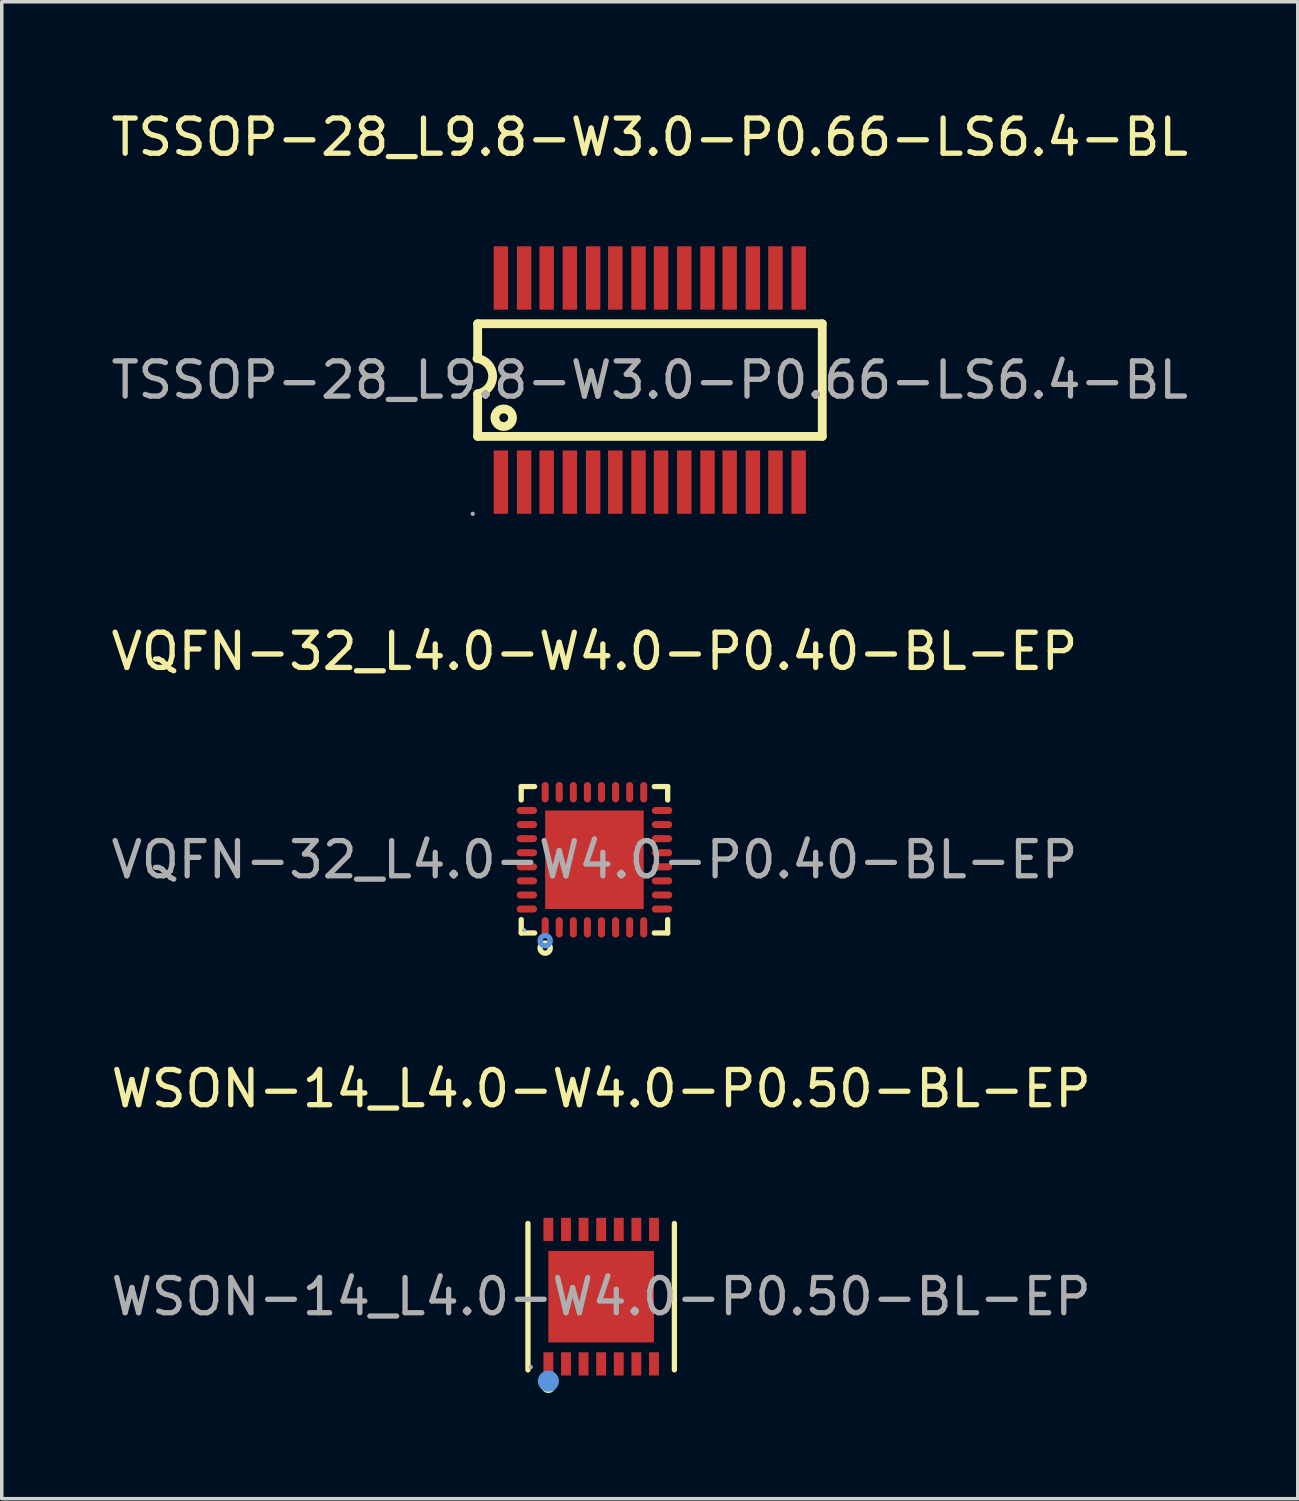
<source format=kicad_pcb>
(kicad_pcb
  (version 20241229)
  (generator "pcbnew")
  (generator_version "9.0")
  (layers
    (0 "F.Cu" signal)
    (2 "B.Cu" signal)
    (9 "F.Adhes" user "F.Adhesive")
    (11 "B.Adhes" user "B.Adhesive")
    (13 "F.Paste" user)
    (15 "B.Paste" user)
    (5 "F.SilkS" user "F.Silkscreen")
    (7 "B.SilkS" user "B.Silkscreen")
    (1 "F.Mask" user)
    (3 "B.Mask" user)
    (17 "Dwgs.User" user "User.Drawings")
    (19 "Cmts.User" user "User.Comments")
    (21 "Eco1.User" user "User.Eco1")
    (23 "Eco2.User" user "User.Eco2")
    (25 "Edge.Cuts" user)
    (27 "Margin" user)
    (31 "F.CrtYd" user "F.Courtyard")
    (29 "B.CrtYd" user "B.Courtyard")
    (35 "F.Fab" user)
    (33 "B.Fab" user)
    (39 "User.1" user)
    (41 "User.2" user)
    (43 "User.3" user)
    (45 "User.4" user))
  (footprint "WSON-14_L4.0-W4.0-P0.50-BL-EP"
    (layer "F.Cu")
    (at 14.03 33.79)
    (property "Reference" "WSON-14_L4.0-W4.0-P0.50-BL-EP" (at 0 -5.91 0) (layer "F.SilkS") (effects (font (size 1 1) (thickness 0.15))))
    (attr through_hole)
    (fp_line (start -2.08 2.08) (end -2.08 -2.08) (stroke (width 0.15) (type solid)) (layer "F.SilkS"))
    (fp_line (start 2.08 -2.08) (end 2.08 2.08) (stroke (width 0.15) (type solid)) (layer "F.SilkS"))
    (fp_circle (center -1.5 2.54) (end -1.4 2.54) (stroke (width 0.2) (type solid)) (fill no) (layer "F.SilkS"))
    (fp_circle (center -1.5 2.4) (end -1.35 2.4) (stroke (width 0.3) (type solid)) (fill no) (layer "Cmts.User"))
    (fp_circle (center -2 2) (end -1.97 2) (stroke (width 0.06) (type solid)) (fill no) (layer "F.Fab"))
    (fp_text user "${REFERENCE}" (at 0 0 0) (layer "F.Fab") (effects (font (size 1 1) (thickness 0.15))))
    (pad "1" smd rect (at -1.5 1.91) (size 0.28 0.66) (layers "F.Cu" "F.Mask" "F.Paste"))
    (pad "2" smd rect (at -1 1.91) (size 0.28 0.66) (layers "F.Cu" "F.Mask" "F.Paste"))
    (pad "3" smd rect (at -0.5 1.91) (size 0.28 0.66) (layers "F.Cu" "F.Mask" "F.Paste"))
    (pad "4" smd rect (at 0 1.91) (size 0.28 0.66) (layers "F.Cu" "F.Mask" "F.Paste"))
    (pad "5" smd rect (at 0.5 1.91) (size 0.28 0.66) (layers "F.Cu" "F.Mask" "F.Paste"))
    (pad "6" smd rect (at 1 1.91) (size 0.28 0.66) (layers "F.Cu" "F.Mask" "F.Paste"))
    (pad "7" smd rect (at 1.5 1.91) (size 0.28 0.66) (layers "F.Cu" "F.Mask" "F.Paste"))
    (pad "8" smd rect (at 1.5 -1.91) (size 0.28 0.66) (layers "F.Cu" "F.Mask" "F.Paste"))
    (pad "9" smd rect (at 1 -1.91) (size 0.28 0.66) (layers "F.Cu" "F.Mask" "F.Paste"))
    (pad "10" smd rect (at 0.5 -1.91) (size 0.28 0.66) (layers "F.Cu" "F.Mask" "F.Paste"))
    (pad "11" smd rect (at 0 -1.91) (size 0.28 0.66) (layers "F.Cu" "F.Mask" "F.Paste"))
    (pad "12" smd rect (at -0.5 -1.91) (size 0.28 0.66) (layers "F.Cu" "F.Mask" "F.Paste"))
    (pad "13" smd rect (at -1 -1.91) (size 0.28 0.66) (layers "F.Cu" "F.Mask" "F.Paste"))
    (pad "14" smd rect (at -1.5 -1.91) (size 0.28 0.66) (layers "F.Cu" "F.Mask" "F.Paste"))
    (pad "15" smd rect (at 0 0) (size 3 2.6) (layers "F.Cu" "F.Mask" "F.Paste")))
  (footprint "TSSOP-28_L9.8-W3.0-P0.66-LS6.4-BL"
    (layer "F.Cu")
    (at 15.411 7.748)
    (property "Reference" "TSSOP-28_L9.8-W3.0-P0.66-LS6.4-BL" (at 0 -6.9 0) (layer "F.SilkS") (effects (font (size 1 1) (thickness 0.15))))
    (attr through_hole)
    (fp_line (start -4.89 -1.6) (end -4.89 -0.62) (stroke (width 0.25) (type solid)) (layer "F.SilkS"))
    (fp_line (start -4.89 1.6) (end -4.89 0.39) (stroke (width 0.25) (type solid)) (layer "F.SilkS"))
    (fp_line (start 4.9 -1.6) (end -4.89 -1.6) (stroke (width 0.25) (type solid)) (layer "F.SilkS"))
    (fp_line (start 4.9 1.6) (end -4.89 1.6) (stroke (width 0.25) (type solid)) (layer "F.SilkS"))
    (fp_line (start 4.9 1.6) (end 4.9 -1.6) (stroke (width 0.25) (type solid)) (layer "F.SilkS"))
    (fp_arc (start -4.908556 -0.612618) (mid -4.463727 -0.11937) (end -4.89 0.39) (stroke (width 0.25) (type solid)) (layer "F.SilkS"))
    (fp_circle (center -4.15 1.07) (end -3.9 1.07) (stroke (width 0.25) (type solid)) (fill no) (layer "F.SilkS"))
    (fp_circle (center -5.03 3.8) (end -5 3.8) (stroke (width 0.06) (type solid)) (fill no) (layer "F.Fab"))
    (fp_text user "${REFERENCE}" (at 0 0 0) (layer "F.Fab") (effects (font (size 1 1) (thickness 0.15))))
    (pad "1" smd rect (at -4.23 2.9 90) (size 1.8 0.41) (layers "F.Cu" "F.Mask" "F.Paste"))
    (pad "2" smd rect (at -3.57 2.9 90) (size 1.8 0.41) (layers "F.Cu" "F.Mask" "F.Paste"))
    (pad "3" smd rect (at -2.93 2.9 90) (size 1.8 0.41) (layers "F.Cu" "F.Mask" "F.Paste"))
    (pad "4" smd rect (at -2.27 2.9 90) (size 1.8 0.41) (layers "F.Cu" "F.Mask" "F.Paste"))
    (pad "5" smd rect (at -1.61 2.9 90) (size 1.8 0.41) (layers "F.Cu" "F.Mask" "F.Paste"))
    (pad "6" smd rect (at -0.98 2.9 90) (size 1.8 0.41) (layers "F.Cu" "F.Mask" "F.Paste"))
    (pad "7" smd rect (at -0.32 2.9 90) (size 1.8 0.41) (layers "F.Cu" "F.Mask" "F.Paste"))
    (pad "8" smd rect (at 0.32 2.9 90) (size 1.8 0.41) (layers "F.Cu" "F.Mask" "F.Paste"))
    (pad "9" smd rect (at 0.98 2.9 90) (size 1.8 0.41) (layers "F.Cu" "F.Mask" "F.Paste"))
    (pad "10" smd rect (at 1.64 2.9 90) (size 1.8 0.41) (layers "F.Cu" "F.Mask" "F.Paste"))
    (pad "11" smd rect (at 2.27 2.9 90) (size 1.8 0.41) (layers "F.Cu" "F.Mask" "F.Paste"))
    (pad "12" smd rect (at 2.93 2.9 90) (size 1.8 0.41) (layers "F.Cu" "F.Mask" "F.Paste"))
    (pad "13" smd rect (at 3.57 2.9 90) (size 1.8 0.41) (layers "F.Cu" "F.Mask" "F.Paste"))
    (pad "14" smd rect (at 4.23 2.9 90) (size 1.8 0.41) (layers "F.Cu" "F.Mask" "F.Paste"))
    (pad "15" smd rect (at 4.23 -2.9 90) (size 1.8 0.41) (layers "F.Cu" "F.Mask" "F.Paste"))
    (pad "16" smd rect (at 3.57 -2.9 90) (size 1.8 0.41) (layers "F.Cu" "F.Mask" "F.Paste"))
    (pad "17" smd rect (at 2.93 -2.9 90) (size 1.8 0.41) (layers "F.Cu" "F.Mask" "F.Paste"))
    (pad "18" smd rect (at 2.27 -2.9 90) (size 1.8 0.41) (layers "F.Cu" "F.Mask" "F.Paste"))
    (pad "19" smd rect (at 1.64 -2.9 90) (size 1.8 0.41) (layers "F.Cu" "F.Mask" "F.Paste"))
    (pad "20" smd rect (at 0.98 -2.9 90) (size 1.8 0.41) (layers "F.Cu" "F.Mask" "F.Paste"))
    (pad "21" smd rect (at 0.32 -2.9 90) (size 1.8 0.41) (layers "F.Cu" "F.Mask" "F.Paste"))
    (pad "22" smd rect (at -0.32 -2.9 90) (size 1.8 0.41) (layers "F.Cu" "F.Mask" "F.Paste"))
    (pad "23" smd rect (at -0.98 -2.9 90) (size 1.8 0.41) (layers "F.Cu" "F.Mask" "F.Paste"))
    (pad "24" smd rect (at -1.61 -2.9 90) (size 1.8 0.41) (layers "F.Cu" "F.Mask" "F.Paste"))
    (pad "25" smd rect (at -2.27 -2.9 90) (size 1.8 0.41) (layers "F.Cu" "F.Mask" "F.Paste"))
    (pad "26" smd rect (at -2.93 -2.9 90) (size 1.8 0.41) (layers "F.Cu" "F.Mask" "F.Paste"))
    (pad "27" smd rect (at -3.57 -2.9 90) (size 1.8 0.41) (layers "F.Cu" "F.Mask" "F.Paste"))
    (pad "28" smd rect (at -4.23 -2.9 90) (size 1.8 0.41) (layers "F.Cu" "F.Mask" "F.Paste")))
  (footprint "VQFN-32_L4.0-W4.0-P0.40-BL-EP"
    (layer "F.Cu")
    (at 13.839 21.377)
    (property "Reference" "VQFN-32_L4.0-W4.0-P0.40-BL-EP" (at 0 -5.92 0) (layer "F.SilkS") (effects (font (size 1 1) (thickness 0.15))))
    (attr through_hole)
    (fp_line (start -2.08 -2.08) (end -1.7 -2.08) (stroke (width 0.15) (type solid)) (layer "F.SilkS"))
    (fp_line (start -2.08 -1.7) (end -2.08 -2.08) (stroke (width 0.15) (type solid)) (layer "F.SilkS"))
    (fp_line (start -2.08 1.7) (end -2.08 2.08) (stroke (width 0.15) (type solid)) (layer "F.SilkS"))
    (fp_line (start -2.08 2.08) (end -1.7 2.08) (stroke (width 0.15) (type solid)) (layer "F.SilkS"))
    (fp_line (start 2.08 -2.08) (end 1.7 -2.08) (stroke (width 0.15) (type solid)) (layer "F.SilkS"))
    (fp_line (start 2.08 -1.7) (end 2.08 -2.08) (stroke (width 0.15) (type solid)) (layer "F.SilkS"))
    (fp_line (start 2.08 1.7) (end 2.08 2.08) (stroke (width 0.15) (type solid)) (layer "F.SilkS"))
    (fp_line (start 2.08 2.08) (end 1.7 2.08) (stroke (width 0.15) (type solid)) (layer "F.SilkS"))
    (fp_circle (center -1.4 2.51) (end -1.33 2.51) (stroke (width 0.15) (type solid)) (fill no) (layer "F.SilkS"))
    (fp_circle (center -1.4 2.3) (end -1.33 2.3) (stroke (width 0.15) (type solid)) (fill no) (layer "Cmts.User"))
    (fp_circle (center -2 2) (end -1.97 2) (stroke (width 0.06) (type solid)) (fill no) (layer "F.Fab"))
    (fp_text user "${REFERENCE}" (at 0 0 0) (layer "F.Fab") (effects (font (size 1 1) (thickness 0.15))))
    (pad "1" smd oval (at -1.4 1.92) (size 0.2 0.58) (layers "F.Cu" "F.Mask" "F.Paste"))
    (pad "2" smd oval (at -1 1.92) (size 0.2 0.58) (layers "F.Cu" "F.Mask" "F.Paste"))
    (pad "3" smd oval (at -0.6 1.92) (size 0.2 0.58) (layers "F.Cu" "F.Mask" "F.Paste"))
    (pad "4" smd oval (at -0.2 1.92) (size 0.2 0.58) (layers "F.Cu" "F.Mask" "F.Paste"))
    (pad "5" smd oval (at 0.2 1.92) (size 0.2 0.58) (layers "F.Cu" "F.Mask" "F.Paste"))
    (pad "6" smd oval (at 0.6 1.92) (size 0.2 0.58) (layers "F.Cu" "F.Mask" "F.Paste"))
    (pad "7" smd oval (at 1 1.92) (size 0.2 0.58) (layers "F.Cu" "F.Mask" "F.Paste"))
    (pad "8" smd oval (at 1.4 1.92) (size 0.2 0.58) (layers "F.Cu" "F.Mask" "F.Paste"))
    (pad "9" smd oval (at 1.92 1.4) (size 0.58 0.2) (layers "F.Cu" "F.Mask" "F.Paste"))
    (pad "10" smd oval (at 1.92 1) (size 0.58 0.2) (layers "F.Cu" "F.Mask" "F.Paste"))
    (pad "11" smd oval (at 1.92 0.6) (size 0.58 0.2) (layers "F.Cu" "F.Mask" "F.Paste"))
    (pad "12" smd oval (at 1.92 0.2) (size 0.58 0.2) (layers "F.Cu" "F.Mask" "F.Paste"))
    (pad "13" smd oval (at 1.92 -0.2) (size 0.58 0.2) (layers "F.Cu" "F.Mask" "F.Paste"))
    (pad "14" smd oval (at 1.92 -0.6) (size 0.58 0.2) (layers "F.Cu" "F.Mask" "F.Paste"))
    (pad "15" smd oval (at 1.92 -1) (size 0.58 0.2) (layers "F.Cu" "F.Mask" "F.Paste"))
    (pad "16" smd oval (at 1.92 -1.4) (size 0.58 0.2) (layers "F.Cu" "F.Mask" "F.Paste"))
    (pad "17" smd oval (at 1.4 -1.92) (size 0.2 0.58) (layers "F.Cu" "F.Mask" "F.Paste"))
    (pad "18" smd oval (at 1 -1.92) (size 0.2 0.58) (layers "F.Cu" "F.Mask" "F.Paste"))
    (pad "19" smd oval (at 0.6 -1.92) (size 0.2 0.58) (layers "F.Cu" "F.Mask" "F.Paste"))
    (pad "20" smd oval (at 0.2 -1.92) (size 0.2 0.58) (layers "F.Cu" "F.Mask" "F.Paste"))
    (pad "21" smd oval (at -0.2 -1.92) (size 0.2 0.58) (layers "F.Cu" "F.Mask" "F.Paste"))
    (pad "22" smd oval (at -0.6 -1.92) (size 0.2 0.58) (layers "F.Cu" "F.Mask" "F.Paste"))
    (pad "23" smd oval (at -1 -1.92) (size 0.2 0.58) (layers "F.Cu" "F.Mask" "F.Paste"))
    (pad "24" smd oval (at -1.4 -1.92) (size 0.2 0.58) (layers "F.Cu" "F.Mask" "F.Paste"))
    (pad "25" smd oval (at -1.92 -1.4) (size 0.58 0.2) (layers "F.Cu" "F.Mask" "F.Paste"))
    (pad "26" smd oval (at -1.92 -1) (size 0.58 0.2) (layers "F.Cu" "F.Mask" "F.Paste"))
    (pad "27" smd oval (at -1.92 -0.6) (size 0.58 0.2) (layers "F.Cu" "F.Mask" "F.Paste"))
    (pad "28" smd oval (at -1.92 -0.2) (size 0.58 0.2) (layers "F.Cu" "F.Mask" "F.Paste"))
    (pad "29" smd oval (at -1.92 0.2) (size 0.58 0.2) (layers "F.Cu" "F.Mask" "F.Paste"))
    (pad "30" smd oval (at -1.92 0.6) (size 0.58 0.2) (layers "F.Cu" "F.Mask" "F.Paste"))
    (pad "31" smd oval (at -1.92 1) (size 0.58 0.2) (layers "F.Cu" "F.Mask" "F.Paste"))
    (pad "32" smd oval (at -1.92 1.4) (size 0.58 0.2) (layers "F.Cu" "F.Mask" "F.Paste"))
    (pad "33" smd rect (at 0 0) (size 2.8 2.8) (layers "F.Cu" "F.Mask" "F.Paste")))
  (gr_rect
    (start -3 -3)
    (end 33.821 39.53)
    (stroke (width 0.1) (type default))
    (fill no)
    (layer "Edge.Cuts")))
</source>
